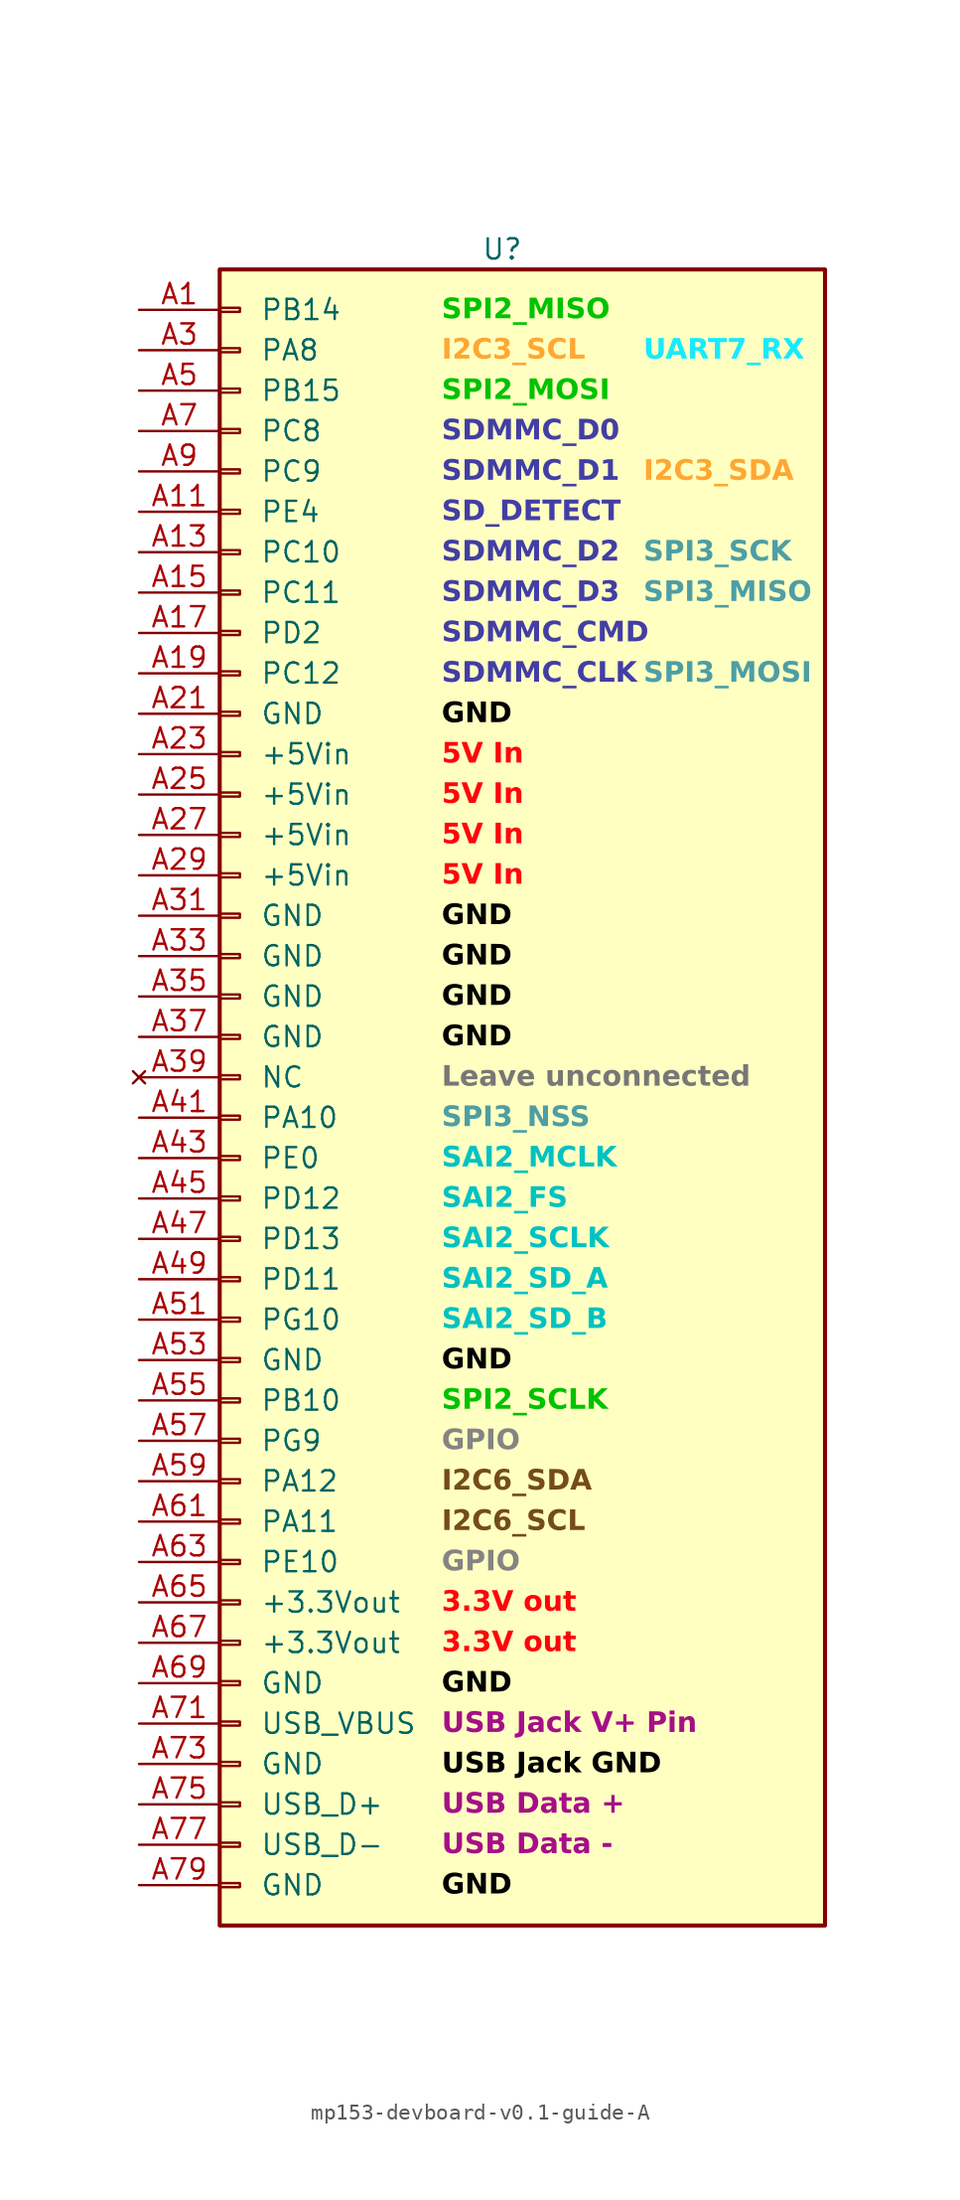
<source format=kicad_sym>
(kicad_symbol_lib
  (version 20241209)
  (generator "kicad_symbol_editor")
  (generator_version "9.0")
  (symbol "mp153-devboard-v0.1-guide-A"
    (pin_names
      (offset 2.54))
    (property "Reference" "U"
      (at -1.27 53.34 0)
      (effects (font (size 1.27 1.27))))
    (property "Value" ""
      (at 0 0 0)
      (effects (font (size 1.27 1.27))))
    (symbol "mp153-devboard-v0.1-guide-A_1_1"
      (rectangle (start -19.05 52.07) (end 19.05 -52.07) (stroke (width 0.254) (type default)) (fill (type background)))
      (rectangle (start -19.05 49.657) (end -17.78 49.403) (stroke (width 0.152) (type default)) (fill (type none)))
      (rectangle (start -19.05 47.117) (end -17.78 46.863) (stroke (width 0.152) (type default)) (fill (type none)))
      (rectangle (start -19.05 44.577) (end -17.78 44.323) (stroke (width 0.152) (type default)) (fill (type none)))
      (rectangle (start -19.05 42.037) (end -17.78 41.783) (stroke (width 0.152) (type default)) (fill (type none)))
      (rectangle (start -19.05 39.497) (end -17.78 39.243) (stroke (width 0.152) (type default)) (fill (type none)))
      (rectangle (start -19.05 36.957) (end -17.78 36.703) (stroke (width 0.152) (type default)) (fill (type none)))
      (rectangle (start -19.05 34.417) (end -17.78 34.163) (stroke (width 0.152) (type default)) (fill (type none)))
      (rectangle (start -19.05 31.877) (end -17.78 31.623) (stroke (width 0.152) (type default)) (fill (type none)))
      (rectangle (start -19.05 29.337) (end -17.78 29.083) (stroke (width 0.152) (type default)) (fill (type none)))
      (rectangle (start -19.05 26.797) (end -17.78 26.543) (stroke (width 0.152) (type default)) (fill (type none)))
      (rectangle (start -19.05 24.257) (end -17.78 24.003) (stroke (width 0.152) (type default)) (fill (type none)))
      (rectangle (start -19.05 21.717) (end -17.78 21.463) (stroke (width 0.152) (type default)) (fill (type none)))
      (rectangle (start -19.05 19.177) (end -17.78 18.923) (stroke (width 0.152) (type default)) (fill (type none)))
      (rectangle (start -19.05 16.637) (end -17.78 16.383) (stroke (width 0.152) (type default)) (fill (type none)))
      (rectangle (start -19.05 14.097) (end -17.78 13.843) (stroke (width 0.152) (type default)) (fill (type none)))
      (rectangle (start -19.05 11.557) (end -17.78 11.303) (stroke (width 0.152) (type default)) (fill (type none)))
      (rectangle (start -19.05 9.017) (end -17.78 8.763) (stroke (width 0.152) (type default)) (fill (type none)))
      (rectangle (start -19.05 6.477) (end -17.78 6.223) (stroke (width 0.152) (type default)) (fill (type none)))
      (rectangle (start -19.05 3.937) (end -17.78 3.683) (stroke (width 0.152) (type default)) (fill (type none)))
      (rectangle (start -19.05 1.397) (end -17.78 1.143) (stroke (width 0.152) (type default)) (fill (type none)))
      (rectangle (start -19.05 -1.143) (end -17.78 -1.397) (stroke (width 0.152) (type default)) (fill (type none)))
      (rectangle (start -19.05 -3.683) (end -17.78 -3.937) (stroke (width 0.152) (type default)) (fill (type none)))
      (rectangle (start -19.05 -6.223) (end -17.78 -6.477) (stroke (width 0.152) (type default)) (fill (type none)))
      (rectangle (start -19.05 -8.763) (end -17.78 -9.017) (stroke (width 0.152) (type default)) (fill (type none)))
      (rectangle (start -19.05 -11.303) (end -17.78 -11.557) (stroke (width 0.152) (type default)) (fill (type none)))
      (rectangle (start -19.05 -13.843) (end -17.78 -14.097) (stroke (width 0.152) (type default)) (fill (type none)))
      (rectangle (start -19.05 -16.383) (end -17.78 -16.637) (stroke (width 0.152) (type default)) (fill (type none)))
      (rectangle (start -19.05 -18.923) (end -17.78 -19.177) (stroke (width 0.152) (type default)) (fill (type none)))
      (rectangle (start -19.05 -21.463) (end -17.78 -21.717) (stroke (width 0.152) (type default)) (fill (type none)))
      (rectangle (start -19.05 -24.003) (end -17.78 -24.257) (stroke (width 0.152) (type default)) (fill (type none)))
      (rectangle (start -19.05 -26.543) (end -17.78 -26.797) (stroke (width 0.152) (type default)) (fill (type none)))
      (rectangle (start -19.05 -29.083) (end -17.78 -29.337) (stroke (width 0.152) (type default)) (fill (type none)))
      (rectangle (start -19.05 -31.623) (end -17.78 -31.877) (stroke (width 0.152) (type default)) (fill (type none)))
      (rectangle (start -19.05 -34.163) (end -17.78 -34.417) (stroke (width 0.152) (type default)) (fill (type none)))
      (rectangle (start -19.05 -36.703) (end -17.78 -36.957) (stroke (width 0.152) (type default)) (fill (type none)))
      (rectangle (start -19.05 -39.243) (end -17.78 -39.497) (stroke (width 0.152) (type default)) (fill (type none)))
      (rectangle (start -19.05 -41.783) (end -17.78 -42.037) (stroke (width 0.152) (type default)) (fill (type none)))
      (rectangle (start -19.05 -44.323) (end -17.78 -44.577) (stroke (width 0.152) (type default)) (fill (type none)))
      (rectangle (start -19.05 -46.863) (end -17.78 -47.117) (stroke (width 0.152) (type default)) (fill (type none)))
      (rectangle (start -19.05 -49.403) (end -17.78 -49.657) (stroke (width 0.152) (type default)) (fill (type none)))
      (text "SPI2_MISO" (at -5.08 49.53 0) (effects (font (face "Arial") (size 1.27 1.27) (bold yes) (color 0 194 0 1)) (justify left)))
      (text "I2C3_SCL" (at -5.08 46.99 0) (effects (font (face "Arial") (size 1.27 1.27) (bold yes) (color 255 167 50 1)) (justify left)))
      (text "SPI2_MOSI" (at -5.08 44.45 0) (effects (font (face "Arial") (size 1.27 1.27) (bold yes) (color 0 194 0 1)) (justify left)))
      (text "SDMMC_D0" (at -5.08 41.91 0) (effects (font (face "Arial") (size 1.27 1.27) (bold yes) (color 66 62 165 1)) (justify left)))
      (text "SDMMC_D1" (at -5.08 39.37 0) (effects (font (face "Arial") (size 1.27 1.27) (bold yes) (color 66 62 165 1)) (justify left)))
      (text "SD_DETECT" (at -5.08 36.83 0) (effects (font (face "Arial") (size 1.27 1.27) (bold yes) (color 66 62 165 1)) (justify left)))
      (text "SDMMC_D2" (at -5.08 34.29 0) (effects (font (face "Arial") (size 1.27 1.27) (bold yes) (color 66 62 165 1)) (justify left)))
      (text "SDMMC_D3" (at -5.08 31.75 0) (effects (font (face "Arial") (size 1.27 1.27) (bold yes) (color 66 62 165 1)) (justify left)))
      (text "SDMMC_CMD" (at -5.08 29.21 0) (effects (font (face "Arial") (size 1.27 1.27) (bold yes) (color 66 62 165 1)) (justify left)))
      (text "SDMMC_CLK" (at -5.08 26.67 0) (effects (font (face "Arial") (size 1.27 1.27) (bold yes) (color 66 62 165 1)) (justify left)))
      (text "GND" (at -5.08 24.13 0) (effects (font (face "Arial") (size 1.27 1.27) (bold yes) (color 0 0 0 1)) (justify left)))
      (text "5V In" (at -5.08 21.59 0) (effects (font (face "Arial") (size 1.27 1.27) (bold yes) (color 255 4 11 1)) (justify left)))
      (text "5V In" (at -5.08 19.05 0) (effects (font (face "Arial") (size 1.27 1.27) (bold yes) (color 255 4 11 1)) (justify left)))
      (text "5V In" (at -5.08 16.51 0) (effects (font (face "Arial") (size 1.27 1.27) (bold yes) (color 255 4 11 1)) (justify left)))
      (text "5V In" (at -5.08 13.97 0) (effects (font (face "Arial") (size 1.27 1.27) (bold yes) (color 255 4 11 1)) (justify left)))
      (text "GND" (at -5.08 11.43 0) (effects (font (face "Arial") (size 1.27 1.27) (bold yes) (color 0 0 0 1)) (justify left)))
      (text "GND" (at -5.08 8.89 0) (effects (font (face "Arial") (size 1.27 1.27) (bold yes) (color 0 0 0 1)) (justify left)))
      (text "GND" (at -5.08 6.35 0) (effects (font (face "Arial") (size 1.27 1.27) (bold yes) (color 0 0 0 1)) (justify left)))
      (text "GND" (at -5.08 3.81 0) (effects (font (face "Arial") (size 1.27 1.27) (bold yes) (color 0 0 0 1)) (justify left)))
      (text "Leave unconnected" (at -5.08 1.27 0) (effects (font (face "Arial") (size 1.27 1.27) (bold yes) (color 119 119 119 1)) (justify left)))
      (text "SPI3_NSS" (at -5.08 -1.27 0) (effects (font (face "Arial") (size 1.27 1.27) (bold yes) (color 77 158 165 1)) (justify left)))
      (text "SAI2_MCLK" (at -5.08 -3.81 0) (effects (font (face "Arial") (size 1.27 1.27) (bold yes) (color 0 194 194 1)) (justify left)))
      (text "SAI2_FS" (at -5.08 -6.35 0) (effects (font (face "Arial") (size 1.27 1.27) (bold yes) (color 0 194 194 1)) (justify left)))
      (text "SAI2_SCLK" (at -5.08 -8.89 0) (effects (font (face "Arial") (size 1.27 1.27) (bold yes) (color 0 194 194 1)) (justify left)))
      (text "SAI2_SD_A" (at -5.08 -11.43 0) (effects (font (face "Arial") (size 1.27 1.27) (bold yes) (color 0 194 194 1)) (justify left)))
      (text "SAI2_SD_B" (at -5.08 -13.97 0) (effects (font (face "Arial") (size 1.27 1.27) (bold yes) (color 0 194 194 1)) (justify left)))
      (text "GND" (at -5.08 -16.51 0) (effects (font (face "Arial") (size 1.27 1.27) (bold yes) (color 0 0 0 1)) (justify left)))
      (text "SPI2_SCLK" (at -5.08 -19.05 0) (effects (font (face "Arial") (size 1.27 1.27) (bold yes) (color 0 194 0 1)) (justify left)))
      (text "GPIO" (at -5.08 -21.59 0) (effects (font (face "Arial") (size 1.27 1.27) (bold yes) (color 132 132 132 1)) (justify left)))
      (text "I2C6_SDA" (at -5.08 -24.13 0) (effects (font (face "Arial") (size 1.27 1.27) (bold yes) (color 116 76 23 1)) (justify left)))
      (text "I2C6_SCL" (at -5.08 -26.67 0) (effects (font (face "Arial") (size 1.27 1.27) (bold yes) (color 116 76 23 1)) (justify left)))
      (text "GPIO" (at -5.08 -29.21 0) (effects (font (face "Arial") (size 1.27 1.27) (bold yes) (color 132 132 132 1)) (justify left)))
      (text "3.3V out" (at -5.08 -31.75 0) (effects (font (face "Arial") (size 1.27 1.27) (bold yes) (color 255 4 11 1)) (justify left)))
      (text "3.3V out" (at -5.08 -34.29 0) (effects (font (face "Arial") (size 1.27 1.27) (bold yes) (color 255 4 11 1)) (justify left)))
      (text "GND" (at -5.08 -36.83 0) (effects (font (face "Arial") (size 1.27 1.27) (bold yes) (color 0 0 0 1)) (justify left)))
      (text "USB Jack V+ Pin" (at -5.08 -39.37 0) (effects (font (face "Arial") (size 1.27 1.27) (bold yes) (color 165 15 135 1)) (justify left)))
      (text "USB Jack GND" (at -5.08 -41.91 0) (effects (font (face "Arial") (size 1.27 1.27) (bold yes) (color 0 0 0 1)) (justify left)))
      (text "USB Data +" (at -5.08 -44.45 0) (effects (font (face "Arial") (size 1.27 1.27) (bold yes) (color 165 15 135 1)) (justify left)))
      (text "USB Data -" (at -5.08 -46.99 0) (effects (font (face "Arial") (size 1.27 1.27) (bold yes) (color 165 15 135 1)) (justify left)))
      (text "GND" (at -5.08 -49.53 0) (effects (font (face "Arial") (size 1.27 1.27) (bold yes) (color 0 0 0 1)) (justify left)))
      (text "UART7_RX" (at 7.62 46.99 0) (effects (font (face "Arial") (size 1.27 1.27) (bold yes) (color 23 234 255 1)) (justify left)))
      (text "I2C3_SDA" (at 7.62 39.37 0) (effects (font (face "Arial") (size 1.27 1.27) (bold yes) (color 255 167 50 1)) (justify left)))
      (text "SPI3_SCK" (at 7.62 34.29 0) (effects (font (face "Arial") (size 1.27 1.27) (bold yes) (color 77 158 165 1)) (justify left)))
      (text "SPI3_MISO" (at 7.62 31.75 0) (effects (font (face "Arial") (size 1.27 1.27) (bold yes) (color 77 158 165 1)) (justify left)))
      (text "SPI3_MOSI" (at 7.62 26.67 0) (effects (font (face "Arial") (size 1.27 1.27) (bold yes) (color 77 158 165 1)) (justify left)))
      (pin passive line (at -24.13 49.53 0) (length 5.08) (name "PB14" (effects (font (size 1.27 1.27)))) (number "A1" (effects (font (size 1.27 1.27)))))
      (pin passive line (at -24.13 46.99 0) (length 5.08) (name "PA8" (effects (font (size 1.27 1.27)))) (number "A3" (effects (font (size 1.27 1.27)))))
      (pin passive line (at -24.13 44.45 0) (length 5.08) (name "PB15" (effects (font (size 1.27 1.27)))) (number "A5" (effects (font (size 1.27 1.27)))))
      (pin passive line (at -24.13 41.91 0) (length 5.08) (name "PC8" (effects (font (size 1.27 1.27)))) (number "A7" (effects (font (size 1.27 1.27)))))
      (pin passive line (at -24.13 39.37 0) (length 5.08) (name "PC9" (effects (font (size 1.27 1.27)))) (number "A9" (effects (font (size 1.27 1.27)))))
      (pin passive line (at -24.13 36.83 0) (length 5.08) (name "PE4" (effects (font (size 1.27 1.27)))) (number "A11" (effects (font (size 1.27 1.27)))))
      (pin passive line (at -24.13 34.29 0) (length 5.08) (name "PC10" (effects (font (size 1.27 1.27)))) (number "A13" (effects (font (size 1.27 1.27)))))
      (pin passive line (at -24.13 31.75 0) (length 5.08) (name "PC11" (effects (font (size 1.27 1.27)))) (number "A15" (effects (font (size 1.27 1.27)))))
      (pin passive line (at -24.13 29.21 0) (length 5.08) (name "PD2" (effects (font (size 1.27 1.27)))) (number "A17" (effects (font (size 1.27 1.27)))))
      (pin passive line (at -24.13 26.67 0) (length 5.08) (name "PC12" (effects (font (size 1.27 1.27)))) (number "A19" (effects (font (size 1.27 1.27)))))
      (pin passive line (at -24.13 24.13 0) (length 5.08) (name "GND" (effects (font (size 1.27 1.27)))) (number "A21" (effects (font (size 1.27 1.27)))))
      (pin passive line (at -24.13 21.59 0) (length 5.08) (name "+5Vin" (effects (font (size 1.27 1.27)))) (number "A23" (effects (font (size 1.27 1.27)))))
      (pin passive line (at -24.13 19.05 0) (length 5.08) (name "+5Vin" (effects (font (size 1.27 1.27)))) (number "A25" (effects (font (size 1.27 1.27)))))
      (pin passive line (at -24.13 16.51 0) (length 5.08) (name "+5Vin" (effects (font (size 1.27 1.27)))) (number "A27" (effects (font (size 1.27 1.27)))))
      (pin passive line (at -24.13 13.97 0) (length 5.08) (name "+5Vin" (effects (font (size 1.27 1.27)))) (number "A29" (effects (font (size 1.27 1.27)))))
      (pin passive line (at -24.13 11.43 0) (length 5.08) (name "GND" (effects (font (size 1.27 1.27)))) (number "A31" (effects (font (size 1.27 1.27)))))
      (pin passive line (at -24.13 8.89 0) (length 5.08) (name "GND" (effects (font (size 1.27 1.27)))) (number "A33" (effects (font (size 1.27 1.27)))))
      (pin passive line (at -24.13 6.35 0) (length 5.08) (name "GND" (effects (font (size 1.27 1.27)))) (number "A35" (effects (font (size 1.27 1.27)))))
      (pin passive line (at -24.13 3.81 0) (length 5.08) (name "GND" (effects (font (size 1.27 1.27)))) (number "A37" (effects (font (size 1.27 1.27)))))
      (pin no_connect line (at -24.13 1.27 0) (length 5.08) (name "NC" (effects (font (size 1.27 1.27)))) (number "A39" (effects (font (size 1.27 1.27)))))
      (pin passive line (at -24.13 -1.27 0) (length 5.08) (name "PA10" (effects (font (size 1.27 1.27)))) (number "A41" (effects (font (size 1.27 1.27)))))
      (pin passive line (at -24.13 -3.81 0) (length 5.08) (name "PE0" (effects (font (size 1.27 1.27)))) (number "A43" (effects (font (size 1.27 1.27)))))
      (pin passive line (at -24.13 -6.35 0) (length 5.08) (name "PD12" (effects (font (size 1.27 1.27)))) (number "A45" (effects (font (size 1.27 1.27)))))
      (pin passive line (at -24.13 -8.89 0) (length 5.08) (name "PD13" (effects (font (size 1.27 1.27)))) (number "A47" (effects (font (size 1.27 1.27)))))
      (pin passive line (at -24.13 -11.43 0) (length 5.08) (name "PD11" (effects (font (size 1.27 1.27)))) (number "A49" (effects (font (size 1.27 1.27)))))
      (pin passive line (at -24.13 -13.97 0) (length 5.08) (name "PG10" (effects (font (size 1.27 1.27)))) (number "A51" (effects (font (size 1.27 1.27)))))
      (pin passive line (at -24.13 -16.51 0) (length 5.08) (name "GND" (effects (font (size 1.27 1.27)))) (number "A53" (effects (font (size 1.27 1.27)))))
      (pin passive line (at -24.13 -19.05 0) (length 5.08) (name "PB10" (effects (font (size 1.27 1.27)))) (number "A55" (effects (font (size 1.27 1.27)))))
      (pin passive line (at -24.13 -21.59 0) (length 5.08) (name "PG9" (effects (font (size 1.27 1.27)))) (number "A57" (effects (font (size 1.27 1.27)))))
      (pin passive line (at -24.13 -24.13 0) (length 5.08) (name "PA12" (effects (font (size 1.27 1.27)))) (number "A59" (effects (font (size 1.27 1.27)))))
      (pin passive line (at -24.13 -26.67 0) (length 5.08) (name "PA11" (effects (font (size 1.27 1.27)))) (number "A61" (effects (font (size 1.27 1.27)))))
      (pin passive line (at -24.13 -29.21 0) (length 5.08) (name "PE10" (effects (font (size 1.27 1.27)))) (number "A63" (effects (font (size 1.27 1.27)))))
      (pin passive line (at -24.13 -31.75 0) (length 5.08) (name "+3.3Vout" (effects (font (size 1.27 1.27)))) (number "A65" (effects (font (size 1.27 1.27)))))
      (pin passive line (at -24.13 -34.29 0) (length 5.08) (name "+3.3Vout" (effects (font (size 1.27 1.27)))) (number "A67" (effects (font (size 1.27 1.27)))))
      (pin passive line (at -24.13 -36.83 0) (length 5.08) (name "GND" (effects (font (size 1.27 1.27)))) (number "A69" (effects (font (size 1.27 1.27)))))
      (pin passive line (at -24.13 -39.37 0) (length 5.08) (name "USB_VBUS" (effects (font (size 1.27 1.27)))) (number "A71" (effects (font (size 1.27 1.27)))))
      (pin passive line (at -24.13 -41.91 0) (length 5.08) (name "GND" (effects (font (size 1.27 1.27)))) (number "A73" (effects (font (size 1.27 1.27)))))
      (pin passive line (at -24.13 -44.45 0) (length 5.08) (name "USB_D+" (effects (font (size 1.27 1.27)))) (number "A75" (effects (font (size 1.27 1.27)))))
      (pin passive line (at -24.13 -46.99 0) (length 5.08) (name "USB_D-" (effects (font (size 1.27 1.27)))) (number "A77" (effects (font (size 1.27 1.27)))))
      (pin passive line (at -24.13 -49.53 0) (length 5.08) (name "GND" (effects (font (size 1.27 1.27)))) (number "A79" (effects (font (size 1.27 1.27))))))))
</source>
